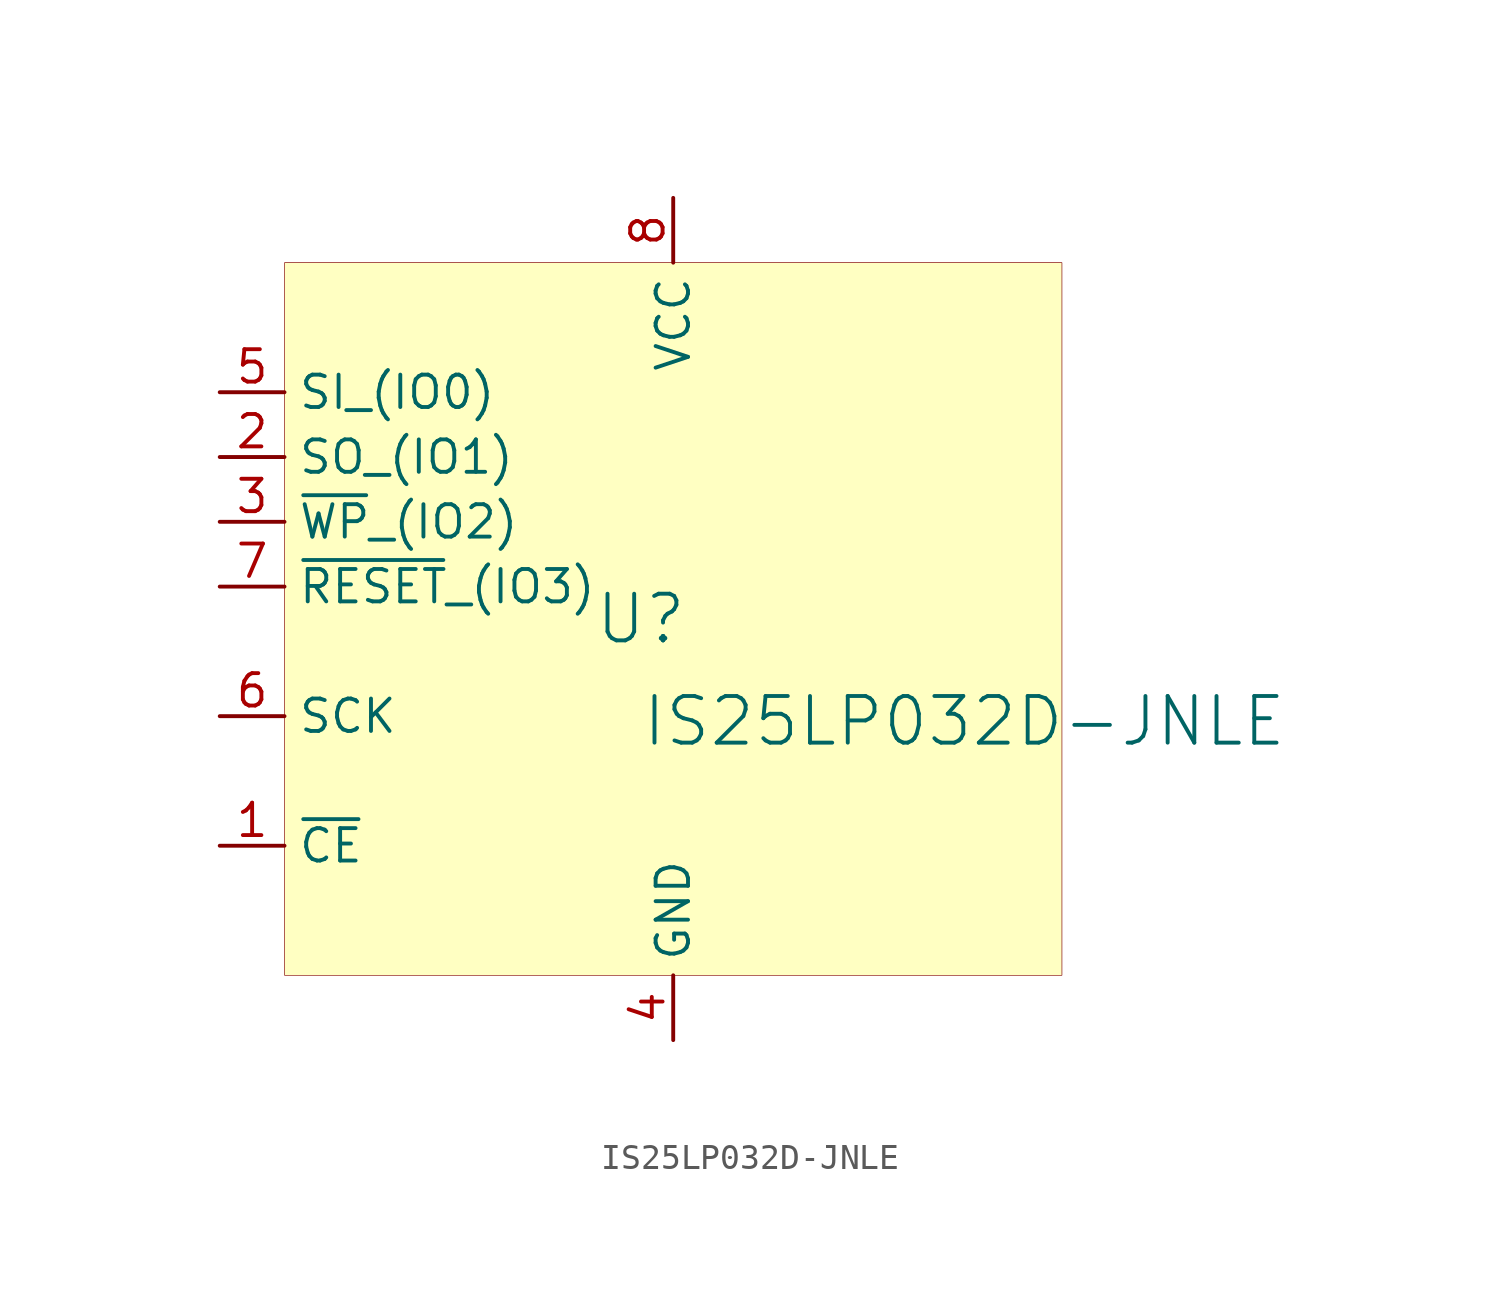
<source format=kicad_sym>
(kicad_symbol_lib
  (version 20231120)
  (generator "kicad_symbol_editor")
  (generator_version "8.0")
  (symbol "IS25LP032D-JNLE"
    (property "Reference" "U"
      (at -1.27 1.27 0)
      (effects (font (size 1.829 1.829))))
    (property "Value" "IS25LP032D-JNLE"
      (at -1.27 -3.81 0)
      (effects (font (size 1.829 1.829)) (justify left bottom)))
    (symbol "IS25LP032D-JNLE_1_0"
      (rectangle (start 15.24 15.24) (end -15.24 -12.7) (stroke (width 0.025) (type solid) (color 128 0 0 1)) (fill (type background)))
      (pin input line (at -17.78 -7.62 0) (length 2.54) (name "~{CE}" (effects (font (size 1.27 1.27)))) (number "1" (effects (font (size 1.27 1.27)))))
      (pin bidirectional line (at -17.78 7.62 0) (length 2.54) (name "SO_(IO1)" (effects (font (size 1.27 1.27)))) (number "2" (effects (font (size 1.27 1.27)))))
      (pin bidirectional line (at -17.78 5.08 0) (length 2.54) (name "~{WP}_(IO2)" (effects (font (size 1.27 1.27)))) (number "3" (effects (font (size 1.27 1.27)))))
      (pin power_in line (at 0 -15.24 90) (length 2.54) (name "GND" (effects (font (size 1.27 1.27)))) (number "4" (effects (font (size 1.27 1.27)))))
      (pin bidirectional line (at -17.78 10.16 0) (length 2.54) (name "SI_(IO0)" (effects (font (size 1.27 1.27)))) (number "5" (effects (font (size 1.27 1.27)))))
      (pin input line (at -17.78 -2.54 0) (length 2.54) (name "SCK" (effects (font (size 1.27 1.27)))) (number "6" (effects (font (size 1.27 1.27)))))
      (pin bidirectional line (at -17.78 2.54 0) (length 2.54) (name "~{RESET}_(IO3)" (effects (font (size 1.27 1.27)))) (number "7" (effects (font (size 1.27 1.27)))))
      (pin power_in line (at 0 17.78 270) (length 2.54) (name "VCC" (effects (font (size 1.27 1.27)))) (number "8" (effects (font (size 1.27 1.27))))))))
</source>
